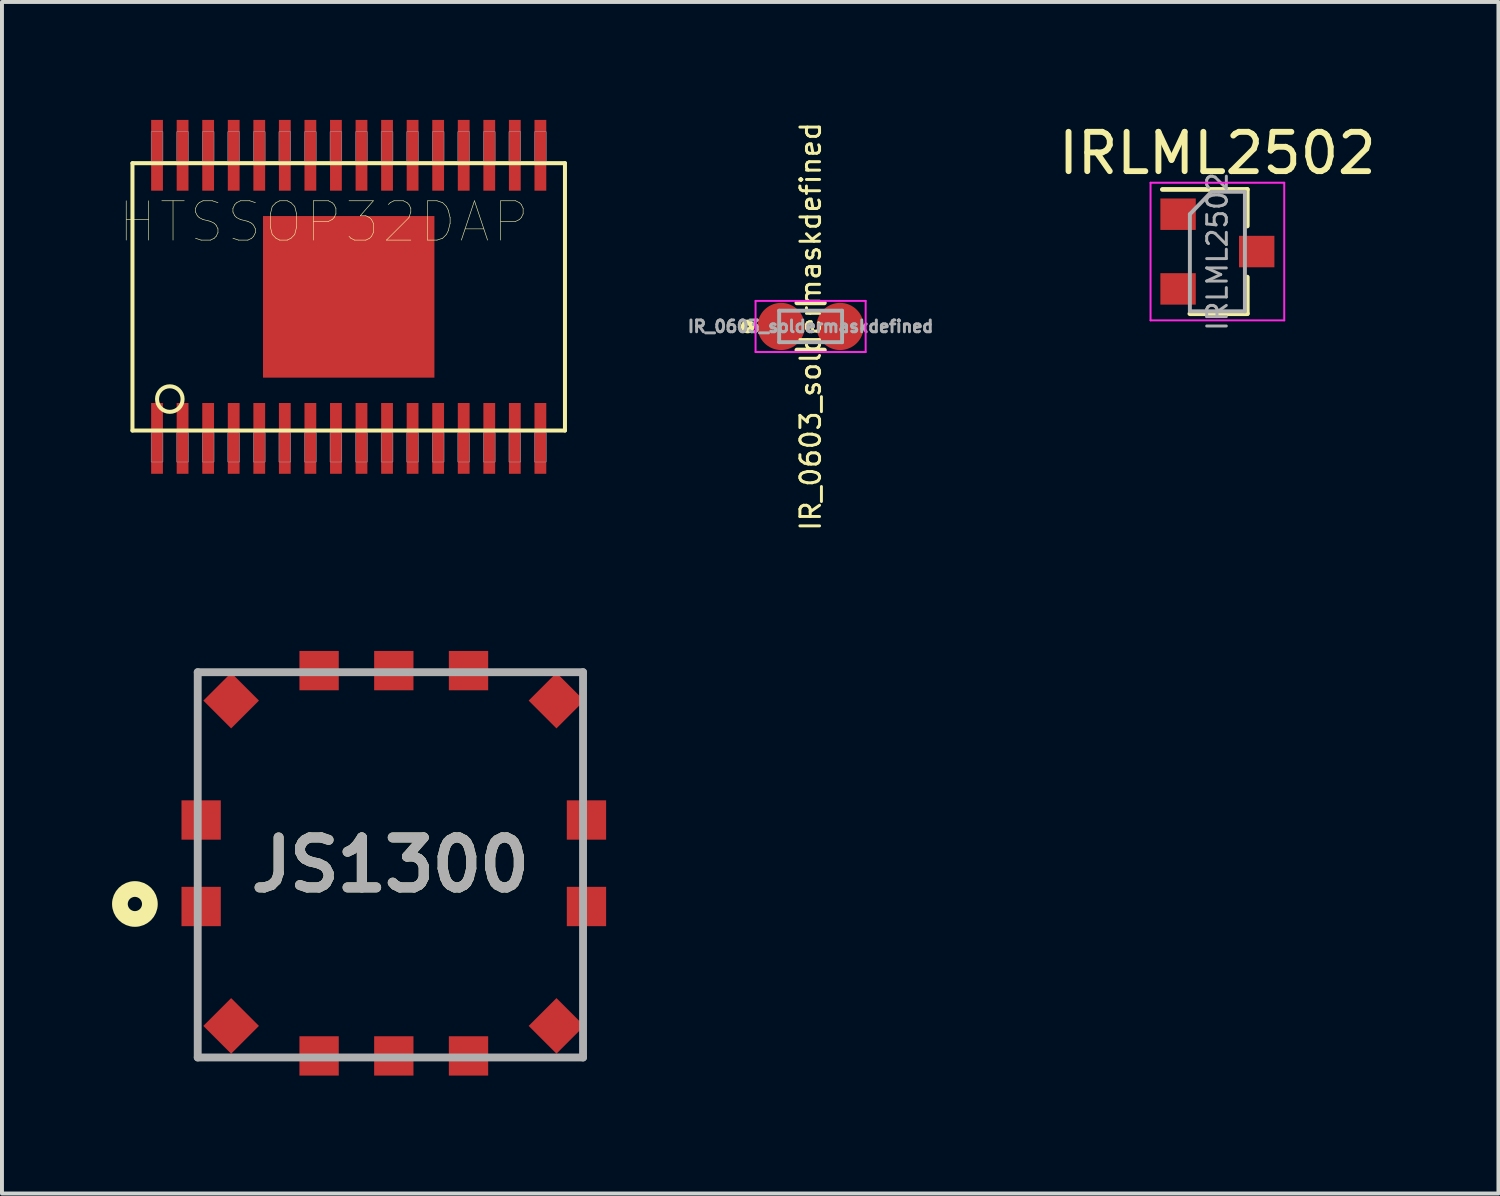
<source format=kicad_pcb>
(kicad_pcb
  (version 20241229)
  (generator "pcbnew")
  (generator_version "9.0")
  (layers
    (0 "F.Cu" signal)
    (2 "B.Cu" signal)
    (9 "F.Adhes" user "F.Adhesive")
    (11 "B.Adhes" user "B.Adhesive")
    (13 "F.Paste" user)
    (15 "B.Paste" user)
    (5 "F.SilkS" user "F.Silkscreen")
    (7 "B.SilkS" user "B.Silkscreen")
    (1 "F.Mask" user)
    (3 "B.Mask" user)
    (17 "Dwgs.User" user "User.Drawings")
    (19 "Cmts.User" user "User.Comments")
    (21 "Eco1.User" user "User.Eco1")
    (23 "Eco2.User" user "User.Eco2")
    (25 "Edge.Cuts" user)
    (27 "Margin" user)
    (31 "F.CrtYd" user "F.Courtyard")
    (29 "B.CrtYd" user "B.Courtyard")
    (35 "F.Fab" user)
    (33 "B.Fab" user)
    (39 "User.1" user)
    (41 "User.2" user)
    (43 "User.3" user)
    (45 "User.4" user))
  (footprint "JS1300"
    (layer "F.Cu")
    (at 6.879 18.946)
    (property "Reference" "JS1300" (at 0 0 0) (layer "F.SilkS") (effects (font (size 1.27 1.27) (thickness 0.254))))
    (attr smd)
    (fp_circle (center -6.498 0.996) (end -6.498 1.177) (stroke (width 0.4) (type solid)) (fill no) (layer "F.SilkS"))
    (fp_line (start -4.9 -4.9) (end 4.9 -4.9) (stroke (width 0.2) (type solid)) (layer "F.Fab"))
    (fp_line (start -4.9 4.9) (end -4.9 -4.9) (stroke (width 0.2) (type solid)) (layer "F.Fab"))
    (fp_line (start 4.9 -4.9) (end 4.9 4.9) (stroke (width 0.2) (type solid)) (layer "F.Fab"))
    (fp_line (start 4.9 4.9) (end -4.9 4.9) (stroke (width 0.2) (type solid)) (layer "F.Fab"))
    (fp_text user "${REFERENCE}" (at 0 0 0) (layer "F.Fab") (effects (font (size 1.27 1.27) (thickness 0.254))))
    (pad "1" smd rect (at -4.813 1.06 90) (size 1 1) (layers "F.Cu" "F.Mask" "F.Paste"))
    (pad "2" smd rect (at 4.987 1.06 90) (size 1 1) (layers "F.Cu" "F.Mask" "F.Paste"))
    (pad "3" smd rect (at 4.987 -1.14 90) (size 1 1) (layers "F.Cu" "F.Mask" "F.Paste"))
    (pad "4" smd rect (at -4.813 -1.14 90) (size 1 1) (layers "F.Cu" "F.Mask" "F.Paste"))
    (pad "5" smd rect (at -1.813 -4.94 90) (size 1 1) (layers "F.Cu" "F.Mask" "F.Paste"))
    (pad "6" smd rect (at 0.087 -4.94 90) (size 1 1) (layers "F.Cu" "F.Mask" "F.Paste"))
    (pad "7" smd rect (at 1.987 -4.94 90) (size 1 1) (layers "F.Cu" "F.Mask" "F.Paste"))
    (pad "8" smd rect (at -1.813 4.86 90) (size 1 1) (layers "F.Cu" "F.Mask" "F.Paste"))
    (pad "9" smd rect (at 0.087 4.86 90) (size 1 1) (layers "F.Cu" "F.Mask" "F.Paste"))
    (pad "10" smd rect (at 1.987 4.86 90) (size 1 1) (layers "F.Cu" "F.Mask" "F.Paste"))
    (pad "11" smd rect (at 4.224 4.097 135) (size 1 1) (layers "F.Cu" "F.Mask" "F.Paste"))
    (pad "12" smd rect (at 4.224 -4.177 45) (size 1 1) (layers "F.Cu" "F.Mask" "F.Paste"))
    (pad "13" smd rect (at -4.05 -4.177 135) (size 1 1) (layers "F.Cu" "F.Mask" "F.Paste"))
    (pad "14" smd rect (at -4.05 4.097 45) (size 1 1) (layers "F.Cu" "F.Mask" "F.Paste")))
  (footprint "IR_0603_soldermaskdefined"
    (layer "F.Cu")
    (at 17.567 5.253)
    (property "Reference" "IR_0603_soldermaskdefined" (at 0 0 270) (layer "F.SilkS") (effects (font (size 0.5 0.5) (thickness 0.075))))
    (attr smd)
    (fp_line (start -0.35 -0.6) (end 0.35 -0.6) (stroke (width 0.12) (type solid)) (layer "F.SilkS"))
    (fp_line (start 0.35 0.6) (end -0.35 0.6) (stroke (width 0.12) (type solid)) (layer "F.SilkS"))
    (fp_circle (center -1.6 0) (end -1.6 -0.1) (stroke (width 0.15) (type solid)) (fill no) (layer "F.SilkS"))
    (fp_line (start -1.4 -0.65) (end -1.4 0.65) (stroke (width 0.05) (type solid)) (layer "F.CrtYd"))
    (fp_line (start -1.4 -0.65) (end 1.4 -0.65) (stroke (width 0.05) (type solid)) (layer "F.CrtYd"))
    (fp_line (start 1.4 0.65) (end -1.4 0.65) (stroke (width 0.05) (type solid)) (layer "F.CrtYd"))
    (fp_line (start 1.4 0.65) (end 1.4 -0.65) (stroke (width 0.05) (type solid)) (layer "F.CrtYd"))
    (fp_line (start -0.8 -0.4) (end 0.8 -0.4) (stroke (width 0.1) (type solid)) (layer "F.Fab"))
    (fp_line (start -0.8 0.4) (end -0.8 -0.4) (stroke (width 0.1) (type solid)) (layer "F.Fab"))
    (fp_line (start 0.8 -0.4) (end 0.8 0.4) (stroke (width 0.1) (type solid)) (layer "F.Fab"))
    (fp_line (start 0.8 0.4) (end -0.8 0.4) (stroke (width 0.1) (type solid)) (layer "F.Fab"))
    (fp_text user "${REFERENCE}" (at 0 0 0) (layer "F.Fab") (effects (font (size 0.3 0.3) (thickness 0.075))))
    (pad "" smd rect (at -0.75 0) (size 1.2 1.15) (layers "F.Mask" "F.Paste"))
    (pad "" smd rect (at 0.75 0) (size 1.2 1.15) (layers "F.Mask" "F.Paste"))
    (pad "1" smd circle (at -0.75 0) (size 1.2 1.2) (layers "F.Cu"))
    (pad "2" smd circle (at 0.75 0) (size 1.2 1.2) (layers "F.Cu")))
  (footprint "IRLML2502"
    (layer "F.Cu")
    (at 27.913 3.348)
    (property "Reference" "IRLML2502" (at 0 -2.5 0) (layer "F.SilkS") (effects (font (size 1 1) (thickness 0.15))))
    (attr smd)
    (fp_line (start 0.76 -1.58) (end -1.4 -1.58) (stroke (width 0.12) (type solid)) (layer "F.SilkS"))
    (fp_line (start 0.76 -1.58) (end 0.76 -0.65) (stroke (width 0.12) (type solid)) (layer "F.SilkS"))
    (fp_line (start 0.76 1.58) (end -0.7 1.58) (stroke (width 0.12) (type solid)) (layer "F.SilkS"))
    (fp_line (start 0.76 1.58) (end 0.76 0.65) (stroke (width 0.12) (type solid)) (layer "F.SilkS"))
    (fp_line (start -1.7 -1.75) (end 1.7 -1.75) (stroke (width 0.05) (type solid)) (layer "F.CrtYd"))
    (fp_line (start -1.7 1.75) (end -1.7 -1.75) (stroke (width 0.05) (type solid)) (layer "F.CrtYd"))
    (fp_line (start 1.7 -1.75) (end 1.7 1.75) (stroke (width 0.05) (type solid)) (layer "F.CrtYd"))
    (fp_line (start 1.7 1.75) (end -1.7 1.75) (stroke (width 0.05) (type solid)) (layer "F.CrtYd"))
    (fp_line (start -0.7 -0.95) (end -0.7 1.5) (stroke (width 0.1) (type solid)) (layer "F.Fab"))
    (fp_line (start -0.7 -0.95) (end -0.15 -1.52) (stroke (width 0.1) (type solid)) (layer "F.Fab"))
    (fp_line (start -0.7 1.52) (end 0.7 1.52) (stroke (width 0.1) (type solid)) (layer "F.Fab"))
    (fp_line (start -0.15 -1.52) (end 0.7 -1.52) (stroke (width 0.1) (type solid)) (layer "F.Fab"))
    (fp_line (start 0.7 -1.52) (end 0.7 1.52) (stroke (width 0.1) (type solid)) (layer "F.Fab"))
    (fp_text user "${REFERENCE}" (at 0 0 90) (layer "F.Fab") (effects (font (size 0.5 0.5) (thickness 0.075))))
    (pad "D" smd rect (at 1 0) (size 0.9 0.8) (layers "F.Cu" "F.Mask" "F.Paste"))
    (pad "G" smd rect (at -1 -0.95) (size 0.9 0.8) (layers "F.Cu" "F.Mask" "F.Paste"))
    (pad "S" smd rect (at -1 0.95) (size 0.9 0.8) (layers "F.Cu" "F.Mask" "F.Paste")))
  (footprint "HTSSOP32DAP"
    (layer "F.Cu")
    (at 5.819 4.5)
    (property "Reference" "HTSSOP32DAP" (at -0.635 -1.905 0) (layer "F.SilkS") (effects (font (size 1 1) (thickness 0.015))))
    (attr through_hole)
    (fp_poly (pts (xy -2.2 -2.1) (xy 2.2 -2.1) (xy 2.2 2.1) (xy -2.2 2.1)) (stroke (width 0.127) (type solid)) (fill yes) (layer "F.Mask"))
    (fp_line (start -5.5 -3.4) (end 5.5 -3.4) (stroke (width 0.102) (type solid)) (layer "F.SilkS"))
    (fp_line (start -5.5 3.4) (end -5.5 -3.4) (stroke (width 0.102) (type solid)) (layer "F.SilkS"))
    (fp_line (start 5.5 -3.4) (end 5.5 3.4) (stroke (width 0.102) (type solid)) (layer "F.SilkS"))
    (fp_line (start 5.5 3.4) (end -5.5 3.4) (stroke (width 0.102) (type solid)) (layer "F.SilkS"))
    (fp_circle (center -4.55 2.6) (end -4.225 2.6) (stroke (width 0.102) (type solid)) (fill no) (layer "F.SilkS"))
    (fp_poly (pts (xy -1.8 -1.2) (xy 1.8 -1.2) (xy 1.8 1.2) (xy -1.8 1.2)) (stroke (width 0.01) (type solid)) (fill yes) (layer "F.Paste"))
    (fp_poly (pts (xy -5.025 -4.2) (xy -4.725 -4.2) (xy -4.725 -3.45) (xy -5.025 -3.45)) (stroke (width 0.01) (type solid)) (fill no) (layer "F.Fab"))
    (fp_poly (pts (xy -5.025 3.45) (xy -4.725 3.45) (xy -4.725 4.2) (xy -5.025 4.2)) (stroke (width 0.01) (type solid)) (fill no) (layer "F.Fab"))
    (fp_poly (pts (xy -4.375 -4.2) (xy -4.075 -4.2) (xy -4.075 -3.45) (xy -4.375 -3.45)) (stroke (width 0.01) (type solid)) (fill no) (layer "F.Fab"))
    (fp_poly (pts (xy -4.375 3.45) (xy -4.075 3.45) (xy -4.075 4.2) (xy -4.375 4.2)) (stroke (width 0.01) (type solid)) (fill no) (layer "F.Fab"))
    (fp_poly (pts (xy -3.725 -4.2) (xy -3.425 -4.2) (xy -3.425 -3.45) (xy -3.725 -3.45)) (stroke (width 0.01) (type solid)) (fill no) (layer "F.Fab"))
    (fp_poly (pts (xy -3.725 3.45) (xy -3.425 3.45) (xy -3.425 4.2) (xy -3.725 4.2)) (stroke (width 0.01) (type solid)) (fill no) (layer "F.Fab"))
    (fp_poly (pts (xy -3.075 -4.2) (xy -2.775 -4.2) (xy -2.775 -3.45) (xy -3.075 -3.45)) (stroke (width 0.01) (type solid)) (fill no) (layer "F.Fab"))
    (fp_poly (pts (xy -3.075 3.45) (xy -2.775 3.45) (xy -2.775 4.2) (xy -3.075 4.2)) (stroke (width 0.01) (type solid)) (fill no) (layer "F.Fab"))
    (fp_poly (pts (xy -2.425 -4.2) (xy -2.125 -4.2) (xy -2.125 -3.45) (xy -2.425 -3.45)) (stroke (width 0.01) (type solid)) (fill no) (layer "F.Fab"))
    (fp_poly (pts (xy -2.425 3.45) (xy -2.125 3.45) (xy -2.125 4.2) (xy -2.425 4.2)) (stroke (width 0.01) (type solid)) (fill no) (layer "F.Fab"))
    (fp_poly (pts (xy -1.775 -4.2) (xy -1.475 -4.2) (xy -1.475 -3.45) (xy -1.775 -3.45)) (stroke (width 0.01) (type solid)) (fill no) (layer "F.Fab"))
    (fp_poly (pts (xy -1.775 3.45) (xy -1.475 3.45) (xy -1.475 4.2) (xy -1.775 4.2)) (stroke (width 0.01) (type solid)) (fill no) (layer "F.Fab"))
    (fp_poly (pts (xy -1.125 -4.2) (xy -0.825 -4.2) (xy -0.825 -3.45) (xy -1.125 -3.45)) (stroke (width 0.01) (type solid)) (fill no) (layer "F.Fab"))
    (fp_poly (pts (xy -1.125 3.45) (xy -0.825 3.45) (xy -0.825 4.2) (xy -1.125 4.2)) (stroke (width 0.01) (type solid)) (fill no) (layer "F.Fab"))
    (fp_poly (pts (xy -0.475 -4.2) (xy -0.175 -4.2) (xy -0.175 -3.45) (xy -0.475 -3.45)) (stroke (width 0.01) (type solid)) (fill no) (layer "F.Fab"))
    (fp_poly (pts (xy -0.475 3.45) (xy -0.175 3.45) (xy -0.175 4.2) (xy -0.475 4.2)) (stroke (width 0.01) (type solid)) (fill no) (layer "F.Fab"))
    (fp_poly (pts (xy 0.175 -4.2) (xy 0.475 -4.2) (xy 0.475 -3.45) (xy 0.175 -3.45)) (stroke (width 0.01) (type solid)) (fill no) (layer "F.Fab"))
    (fp_poly (pts (xy 0.175 3.45) (xy 0.475 3.45) (xy 0.475 4.2) (xy 0.175 4.2)) (stroke (width 0.01) (type solid)) (fill no) (layer "F.Fab"))
    (fp_poly (pts (xy 0.825 -4.2) (xy 1.125 -4.2) (xy 1.125 -3.45) (xy 0.825 -3.45)) (stroke (width 0.01) (type solid)) (fill no) (layer "F.Fab"))
    (fp_poly (pts (xy 0.825 3.45) (xy 1.125 3.45) (xy 1.125 4.2) (xy 0.825 4.2)) (stroke (width 0.01) (type solid)) (fill no) (layer "F.Fab"))
    (fp_poly (pts (xy 1.475 -4.2) (xy 1.775 -4.2) (xy 1.775 -3.45) (xy 1.475 -3.45)) (stroke (width 0.01) (type solid)) (fill no) (layer "F.Fab"))
    (fp_poly (pts (xy 1.475 3.45) (xy 1.775 3.45) (xy 1.775 4.2) (xy 1.475 4.2)) (stroke (width 0.01) (type solid)) (fill no) (layer "F.Fab"))
    (fp_poly (pts (xy 2.125 -4.2) (xy 2.425 -4.2) (xy 2.425 -3.45) (xy 2.125 -3.45)) (stroke (width 0.01) (type solid)) (fill no) (layer "F.Fab"))
    (fp_poly (pts (xy 2.125 3.45) (xy 2.425 3.45) (xy 2.425 4.2) (xy 2.125 4.2)) (stroke (width 0.01) (type solid)) (fill no) (layer "F.Fab"))
    (fp_poly (pts (xy 2.775 -4.2) (xy 3.075 -4.2) (xy 3.075 -3.45) (xy 2.775 -3.45)) (stroke (width 0.01) (type solid)) (fill no) (layer "F.Fab"))
    (fp_poly (pts (xy 2.775 3.45) (xy 3.075 3.45) (xy 3.075 4.2) (xy 2.775 4.2)) (stroke (width 0.01) (type solid)) (fill no) (layer "F.Fab"))
    (fp_poly (pts (xy 3.425 -4.2) (xy 3.725 -4.2) (xy 3.725 -3.45) (xy 3.425 -3.45)) (stroke (width 0.01) (type solid)) (fill no) (layer "F.Fab"))
    (fp_poly (pts (xy 3.425 3.45) (xy 3.725 3.45) (xy 3.725 4.2) (xy 3.425 4.2)) (stroke (width 0.01) (type solid)) (fill no) (layer "F.Fab"))
    (fp_poly (pts (xy 4.075 -4.2) (xy 4.375 -4.2) (xy 4.375 -3.45) (xy 4.075 -3.45)) (stroke (width 0.01) (type solid)) (fill no) (layer "F.Fab"))
    (fp_poly (pts (xy 4.075 3.45) (xy 4.375 3.45) (xy 4.375 4.2) (xy 4.075 4.2)) (stroke (width 0.01) (type solid)) (fill no) (layer "F.Fab"))
    (fp_poly (pts (xy 4.725 -4.2) (xy 5.025 -4.2) (xy 5.025 -3.45) (xy 4.725 -3.45)) (stroke (width 0.01) (type solid)) (fill no) (layer "F.Fab"))
    (fp_poly (pts (xy 4.725 3.45) (xy 5.025 3.45) (xy 5.025 4.2) (xy 4.725 4.2)) (stroke (width 0.01) (type solid)) (fill no) (layer "F.Fab"))
    (pad "1" smd rect (at -4.875 3.6) (size 0.3 1.8) (layers "F.Cu" "F.Mask" "F.Paste"))
    (pad "2" smd rect (at -4.225 3.6) (size 0.3 1.8) (layers "F.Cu" "F.Mask" "F.Paste"))
    (pad "3" smd rect (at -3.575 3.6) (size 0.3 1.8) (layers "F.Cu" "F.Mask" "F.Paste"))
    (pad "4" smd rect (at -2.925 3.6) (size 0.3 1.8) (layers "F.Cu" "F.Mask" "F.Paste"))
    (pad "5" smd rect (at -2.275 3.6) (size 0.3 1.8) (layers "F.Cu" "F.Mask" "F.Paste"))
    (pad "6" smd rect (at -1.625 3.6) (size 0.3 1.8) (layers "F.Cu" "F.Mask" "F.Paste"))
    (pad "7" smd rect (at -0.975 3.6) (size 0.3 1.8) (layers "F.Cu" "F.Mask" "F.Paste"))
    (pad "8" smd rect (at -0.325 3.6) (size 0.3 1.8) (layers "F.Cu" "F.Mask" "F.Paste"))
    (pad "9" smd rect (at 0.325 3.6) (size 0.3 1.8) (layers "F.Cu" "F.Mask" "F.Paste"))
    (pad "10" smd rect (at 0.975 3.6) (size 0.3 1.8) (layers "F.Cu" "F.Mask" "F.Paste"))
    (pad "11" smd rect (at 1.625 3.6) (size 0.3 1.8) (layers "F.Cu" "F.Mask" "F.Paste"))
    (pad "12" smd rect (at 2.275 3.6) (size 0.3 1.8) (layers "F.Cu" "F.Mask" "F.Paste"))
    (pad "13" smd rect (at 2.925 3.6) (size 0.3 1.8) (layers "F.Cu" "F.Mask" "F.Paste"))
    (pad "14" smd rect (at 3.575 3.6) (size 0.3 1.8) (layers "F.Cu" "F.Mask" "F.Paste"))
    (pad "15" smd rect (at 4.225 3.6) (size 0.3 1.8) (layers "F.Cu" "F.Mask" "F.Paste"))
    (pad "16" smd rect (at 4.875 3.6) (size 0.3 1.8) (layers "F.Cu" "F.Mask" "F.Paste"))
    (pad "17" smd rect (at 4.875 -3.6) (size 0.3 1.8) (layers "F.Cu" "F.Mask" "F.Paste"))
    (pad "18" smd rect (at 4.225 -3.6) (size 0.3 1.8) (layers "F.Cu" "F.Mask" "F.Paste"))
    (pad "19" smd rect (at 3.575 -3.6) (size 0.3 1.8) (layers "F.Cu" "F.Mask" "F.Paste"))
    (pad "20" smd rect (at 2.925 -3.6) (size 0.3 1.8) (layers "F.Cu" "F.Mask" "F.Paste"))
    (pad "21" smd rect (at 2.275 -3.6) (size 0.3 1.8) (layers "F.Cu" "F.Mask" "F.Paste"))
    (pad "22" smd rect (at 1.625 -3.6) (size 0.3 1.8) (layers "F.Cu" "F.Mask" "F.Paste"))
    (pad "23" smd rect (at 0.975 -3.6) (size 0.3 1.8) (layers "F.Cu" "F.Mask" "F.Paste"))
    (pad "24" smd rect (at 0.325 -3.6) (size 0.3 1.8) (layers "F.Cu" "F.Mask" "F.Paste"))
    (pad "25" smd rect (at -0.325 -3.6) (size 0.3 1.8) (layers "F.Cu" "F.Mask" "F.Paste"))
    (pad "26" smd rect (at -0.975 -3.6) (size 0.3 1.8) (layers "F.Cu" "F.Mask" "F.Paste"))
    (pad "27" smd rect (at -1.625 -3.6) (size 0.3 1.8) (layers "F.Cu" "F.Mask" "F.Paste"))
    (pad "28" smd rect (at -2.275 -3.6) (size 0.3 1.8) (layers "F.Cu" "F.Mask" "F.Paste"))
    (pad "29" smd rect (at -2.925 -3.6) (size 0.3 1.8) (layers "F.Cu" "F.Mask" "F.Paste"))
    (pad "30" smd rect (at -3.575 -3.6) (size 0.3 1.8) (layers "F.Cu" "F.Mask" "F.Paste"))
    (pad "31" smd rect (at -4.225 -3.6) (size 0.3 1.8) (layers "F.Cu" "F.Mask" "F.Paste"))
    (pad "32" smd rect (at -4.875 -3.6) (size 0.3 1.8) (layers "F.Cu" "F.Mask" "F.Paste"))
    (pad "33" smd rect (at 0 0) (size 4.36 4.11) (layers "F.Cu")))
  (gr_rect
    (start -3 -3)
    (end 35.061 27.306)
    (stroke (width 0.1) (type default))
    (fill no)
    (layer "Edge.Cuts")))
</source>
